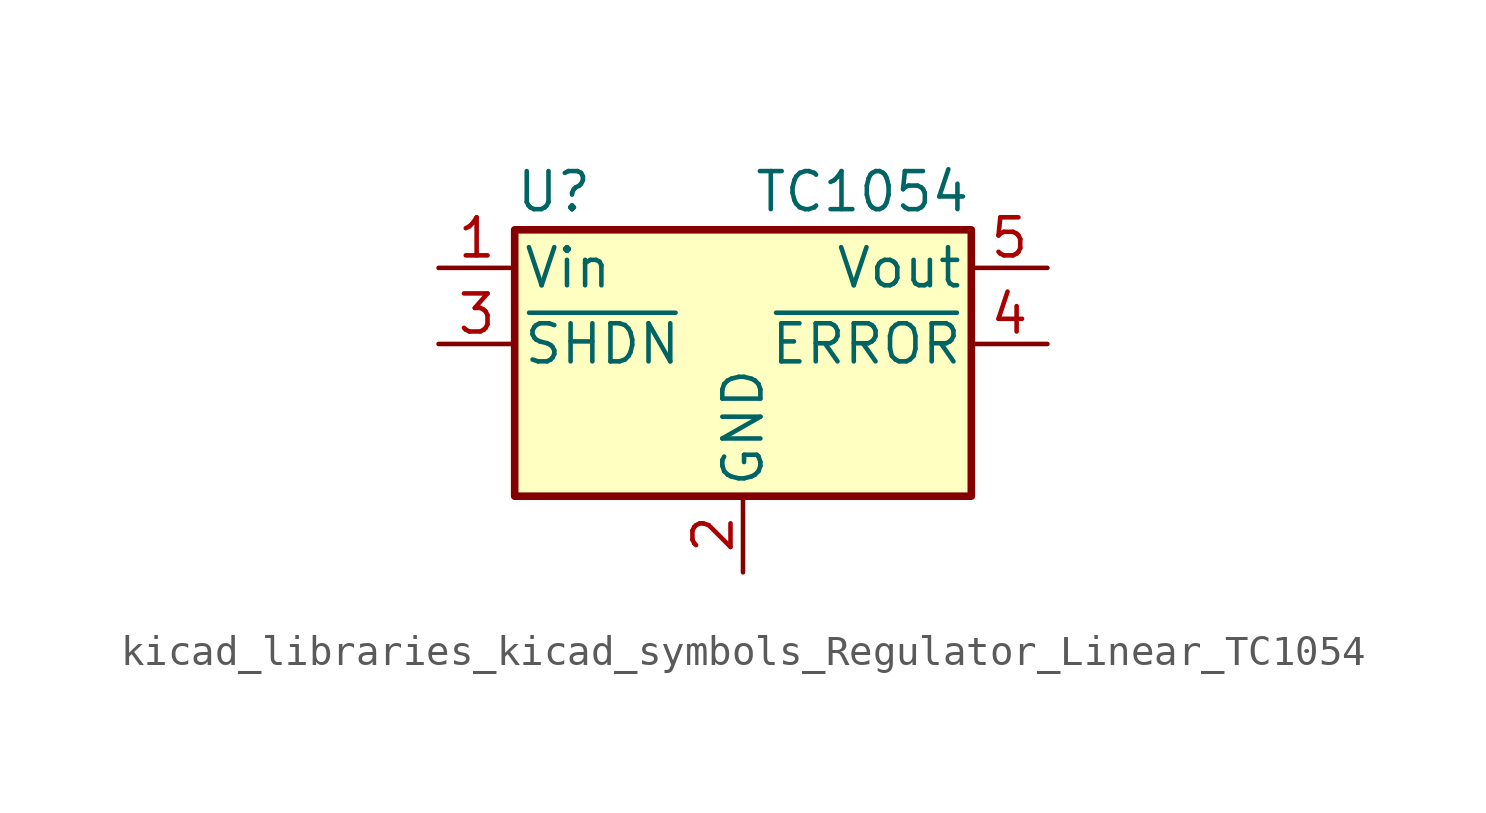
<source format=kicad_sym>
(kicad_symbol_lib
  (version 20220914)
  (generator kicad_symbol_editor)
  (symbol "kicad_libraries_kicad_symbols_Regulator_Linear_TC1054"
    (pin_names
      (offset 0.254))
    (property "Reference" "U"
      (at -7.62 5.08 0)
      (effects (font (size 1.27 1.27)) (justify left)))
    (property "Value" "TC1054"
      (at 7.62 5.08 0)
      (effects (font (size 1.27 1.27)) (justify right)))
    (symbol "kicad_libraries_kicad_symbols_Regulator_Linear_TC1054_0_1"
      (rectangle (start -7.62 3.81) (end 7.62 -5.08) (stroke (width 0.254) (type default)) (fill (type background))))
    (symbol "kicad_libraries_kicad_symbols_Regulator_Linear_TC1054_1_1"
      (pin power_in line (at -10.16 2.54 0) (length 2.54) (name "Vin" (effects (font (size 1.27 1.27)))) (number "1" (effects (font (size 1.27 1.27)))))
      (pin power_in line (at 0 -7.62 90) (length 2.54) (name "GND" (effects (font (size 1.27 1.27)))) (number "2" (effects (font (size 1.27 1.27)))))
      (pin input line (at -10.16 0 0) (length 2.54) (name "~{SHDN}" (effects (font (size 1.27 1.27)))) (number "3" (effects (font (size 1.27 1.27)))))
      (pin open_collector line (at 10.16 0 180) (length 2.54) (name "~{ERROR}" (effects (font (size 1.27 1.27)))) (number "4" (effects (font (size 1.27 1.27)))))
      (pin power_out line (at 10.16 2.54 180) (length 2.54) (name "Vout" (effects (font (size 1.27 1.27)))) (number "5" (effects (font (size 1.27 1.27))))))))
</source>
